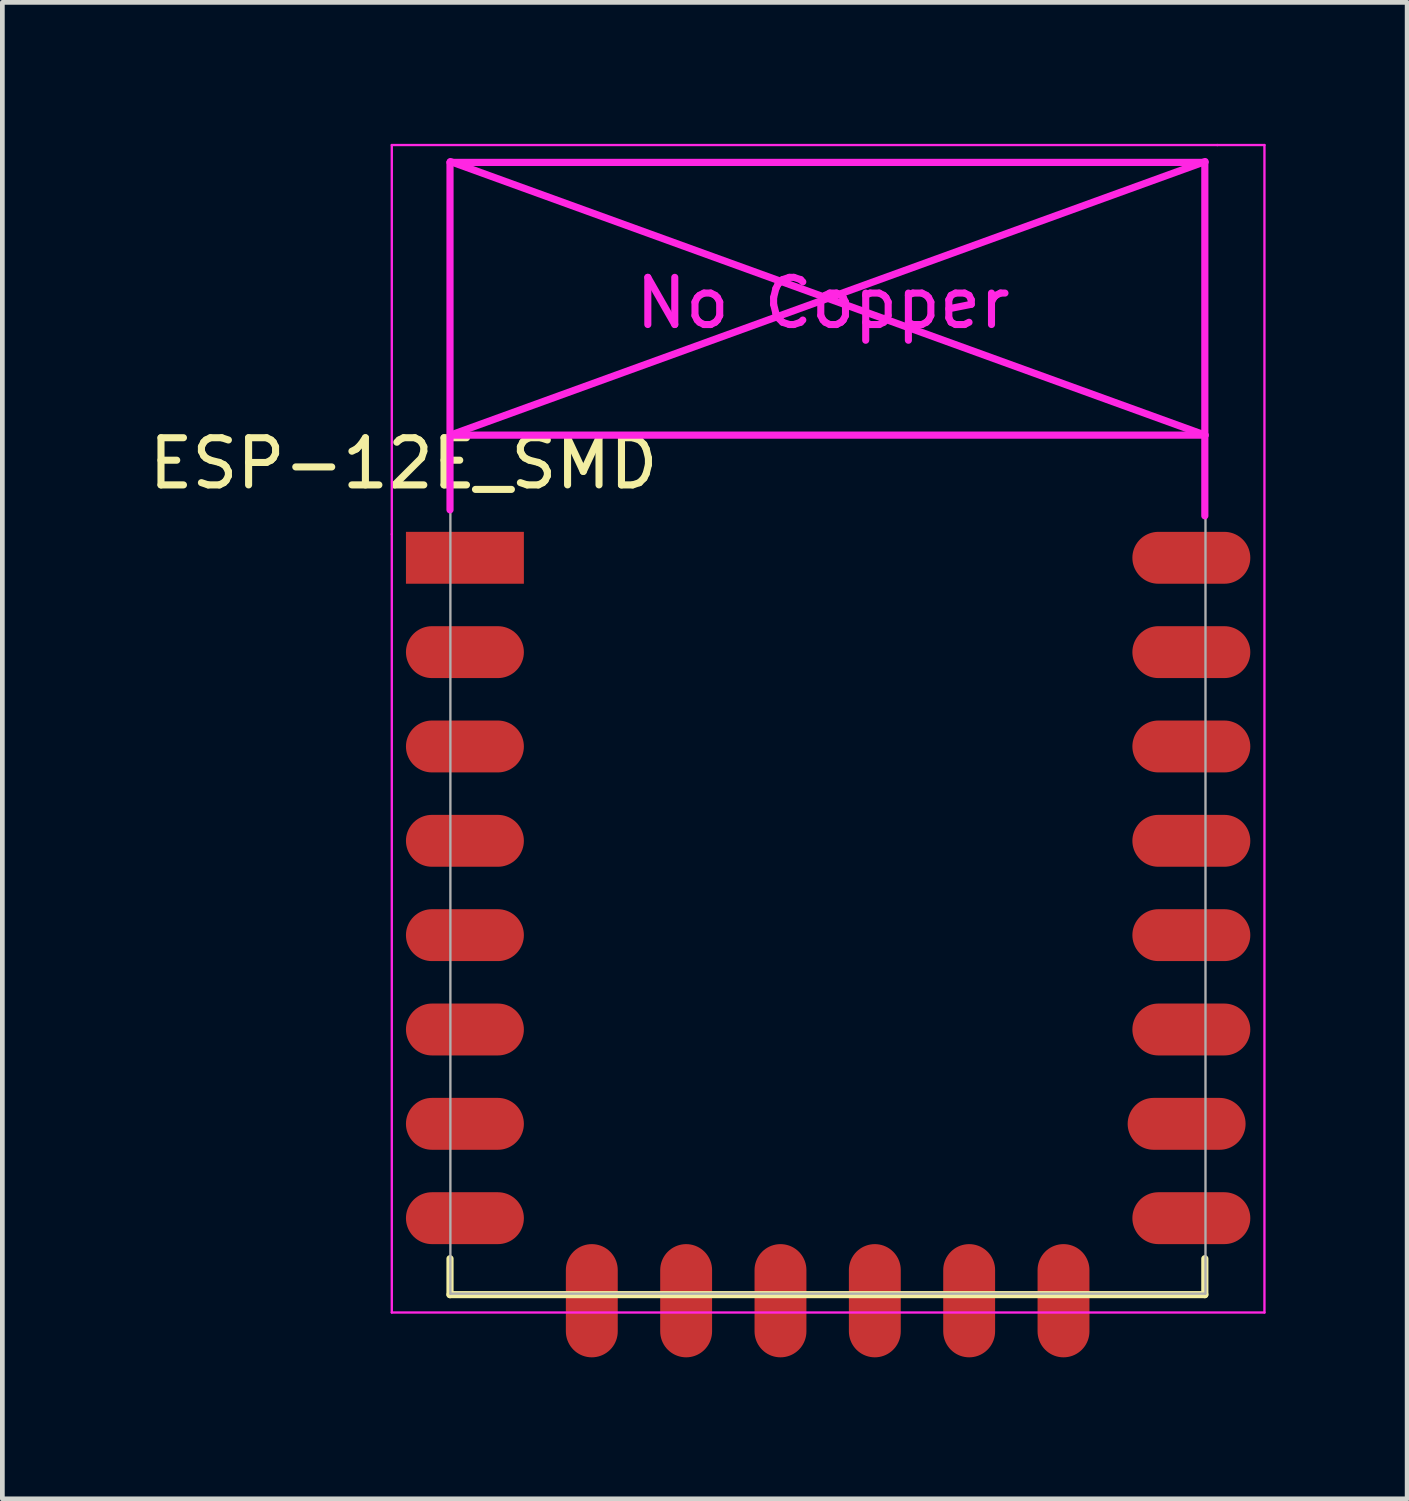
<source format=kicad_pcb>
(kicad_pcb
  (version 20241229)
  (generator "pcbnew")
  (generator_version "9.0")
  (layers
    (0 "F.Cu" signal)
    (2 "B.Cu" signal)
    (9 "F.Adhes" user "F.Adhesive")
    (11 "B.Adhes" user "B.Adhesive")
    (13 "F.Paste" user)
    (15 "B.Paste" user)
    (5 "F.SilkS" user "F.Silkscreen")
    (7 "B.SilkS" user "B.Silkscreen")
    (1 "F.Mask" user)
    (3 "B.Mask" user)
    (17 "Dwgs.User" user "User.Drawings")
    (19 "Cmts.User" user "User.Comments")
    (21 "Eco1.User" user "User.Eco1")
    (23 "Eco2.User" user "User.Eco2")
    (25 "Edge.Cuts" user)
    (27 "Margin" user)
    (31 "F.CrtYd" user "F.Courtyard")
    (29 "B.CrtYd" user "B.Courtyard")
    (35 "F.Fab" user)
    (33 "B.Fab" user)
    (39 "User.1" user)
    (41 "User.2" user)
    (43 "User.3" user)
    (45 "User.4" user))
  (footprint "ESP-12E_SMD"
    (layer "F.Cu")
    (at 7.506 8.775)
    (property "Reference" "ESP-12E_SMD" (at -2 -2 0) (layer "F.SilkS") (effects (font (size 1 1) (thickness 0.15))))
    (attr through_hole)
    (fp_line (start -1.016 14.859) (end -1.016 15.621) (stroke (width 0.152) (type solid)) (layer "F.SilkS"))
    (fp_line (start -1.016 15.621) (end 14.986 15.621) (stroke (width 0.152) (type solid)) (layer "F.SilkS"))
    (fp_line (start 14.986 15.621) (end 14.986 14.859) (stroke (width 0.152) (type solid)) (layer "F.SilkS"))
    (fp_line (start -2.25 -8.75) (end 15.25 -8.75) (stroke (width 0.05) (type solid)) (layer "F.CrtYd"))
    (fp_line (start -2.25 -0.5) (end -2.25 -8.75) (stroke (width 0.05) (type solid)) (layer "F.CrtYd"))
    (fp_line (start -2.25 16) (end -2.25 -0.5) (stroke (width 0.05) (type solid)) (layer "F.CrtYd"))
    (fp_line (start -1.016 -8.382) (end -1.016 -1.016) (stroke (width 0.152) (type solid)) (layer "F.CrtYd"))
    (fp_line (start -1.016 -8.382) (end 14.986 -8.382) (stroke (width 0.152) (type solid)) (layer "F.CrtYd"))
    (fp_line (start -1.008 -8.4) (end 14.992 -2.6) (stroke (width 0.152) (type solid)) (layer "F.CrtYd"))
    (fp_line (start -1.008 -2.6) (end 14.992 -2.6) (stroke (width 0.152) (type solid)) (layer "F.CrtYd"))
    (fp_line (start 14.986 -8.382) (end 14.986 -0.889) (stroke (width 0.152) (type solid)) (layer "F.CrtYd"))
    (fp_line (start 14.992 -8.4) (end -1.008 -2.6) (stroke (width 0.152) (type solid)) (layer "F.CrtYd"))
    (fp_line (start 15.25 -8.75) (end 16.25 -8.75) (stroke (width 0.05) (type solid)) (layer "F.CrtYd"))
    (fp_line (start 16.25 -8.75) (end 16.25 16) (stroke (width 0.05) (type solid)) (layer "F.CrtYd"))
    (fp_line (start 16.25 16) (end -2.25 16) (stroke (width 0.05) (type solid)) (layer "F.CrtYd"))
    (fp_line (start -1.008 -8.4) (end 14.992 -8.4) (stroke (width 0.05) (type solid)) (layer "F.Fab"))
    (fp_line (start -1.008 15.6) (end -1.008 -8.4) (stroke (width 0.05) (type solid)) (layer "F.Fab"))
    (fp_line (start 14.992 15.6) (end -1.008 15.6) (stroke (width 0.05) (type solid)) (layer "F.Fab"))
    (fp_line (start 15 -8.4) (end 15 15.6) (stroke (width 0.05) (type solid)) (layer "F.Fab"))
    (fp_text user "No Copper" (at 6.892 -5.4 0) (layer "F.CrtYd") (effects (font (size 1 1) (thickness 0.15))))
    (pad "1" smd rect (at 0 0) (size 2.5 1.1) (drill (offset -0.7 0)) (layers "F.Cu" "F.Mask" "F.Paste"))
    (pad "2" smd oval (at 0 2) (size 2.5 1.1) (drill (offset -0.7 0)) (layers "F.Cu" "F.Mask" "F.Paste"))
    (pad "3" smd oval (at 0 4) (size 2.5 1.1) (drill (offset -0.7 0)) (layers "F.Cu" "F.Mask" "F.Paste"))
    (pad "4" smd oval (at 0 6) (size 2.5 1.1) (drill (offset -0.7 0)) (layers "F.Cu" "F.Mask" "F.Paste"))
    (pad "5" smd oval (at 0 8) (size 2.5 1.1) (drill (offset -0.7 0)) (layers "F.Cu" "F.Mask" "F.Paste"))
    (pad "6" smd oval (at 0 10) (size 2.5 1.1) (drill (offset -0.7 0)) (layers "F.Cu" "F.Mask" "F.Paste"))
    (pad "7" smd oval (at 0 12) (size 2.5 1.1) (drill (offset -0.7 0)) (layers "F.Cu" "F.Mask" "F.Paste"))
    (pad "8" smd oval (at 0 14) (size 2.5 1.1) (drill (offset -0.7 0)) (layers "F.Cu" "F.Mask" "F.Paste"))
    (pad "9" smd oval (at 1.99 15.75 90) (size 2.4 1.1) (layers "F.Cu" "F.Mask" "F.Paste"))
    (pad "10" smd oval (at 3.99 15.75 90) (size 2.4 1.1) (layers "F.Cu" "F.Mask" "F.Paste"))
    (pad "11" smd oval (at 5.99 15.75 90) (size 2.4 1.1) (layers "F.Cu" "F.Mask" "F.Paste"))
    (pad "12" smd oval (at 7.99 15.75 90) (size 2.4 1.1) (layers "F.Cu" "F.Mask" "F.Paste"))
    (pad "13" smd oval (at 9.99 15.75 90) (size 2.4 1.1) (layers "F.Cu" "F.Mask" "F.Paste"))
    (pad "14" smd oval (at 11.99 15.75 90) (size 2.4 1.1) (layers "F.Cu" "F.Mask" "F.Paste"))
    (pad "15" smd oval (at 14 14) (size 2.5 1.1) (drill (offset 0.7 0)) (layers "F.Cu" "F.Mask" "F.Paste"))
    (pad "16" smd oval (at 14 12) (size 2.5 1.1) (drill (offset 0.6 0)) (layers "F.Cu" "F.Mask" "F.Paste"))
    (pad "17" smd oval (at 14 10) (size 2.5 1.1) (drill (offset 0.7 0)) (layers "F.Cu" "F.Mask" "F.Paste"))
    (pad "18" smd oval (at 14 8) (size 2.5 1.1) (drill (offset 0.7 0)) (layers "F.Cu" "F.Mask" "F.Paste"))
    (pad "19" smd oval (at 14 6) (size 2.5 1.1) (drill (offset 0.7 0)) (layers "F.Cu" "F.Mask" "F.Paste"))
    (pad "20" smd oval (at 14 4) (size 2.5 1.1) (drill (offset 0.7 0)) (layers "F.Cu" "F.Mask" "F.Paste"))
    (pad "21" smd oval (at 14 2) (size 2.5 1.1) (drill (offset 0.7 0)) (layers "F.Cu" "F.Mask" "F.Paste"))
    (pad "22" smd oval (at 14 0) (size 2.5 1.1) (drill (offset 0.7 0)) (layers "F.Cu" "F.Mask" "F.Paste")))
  (gr_rect
    (start -3 -3)
    (end 26.781 28.725)
    (stroke (width 0.1) (type default))
    (fill no)
    (layer "Edge.Cuts")))
</source>
